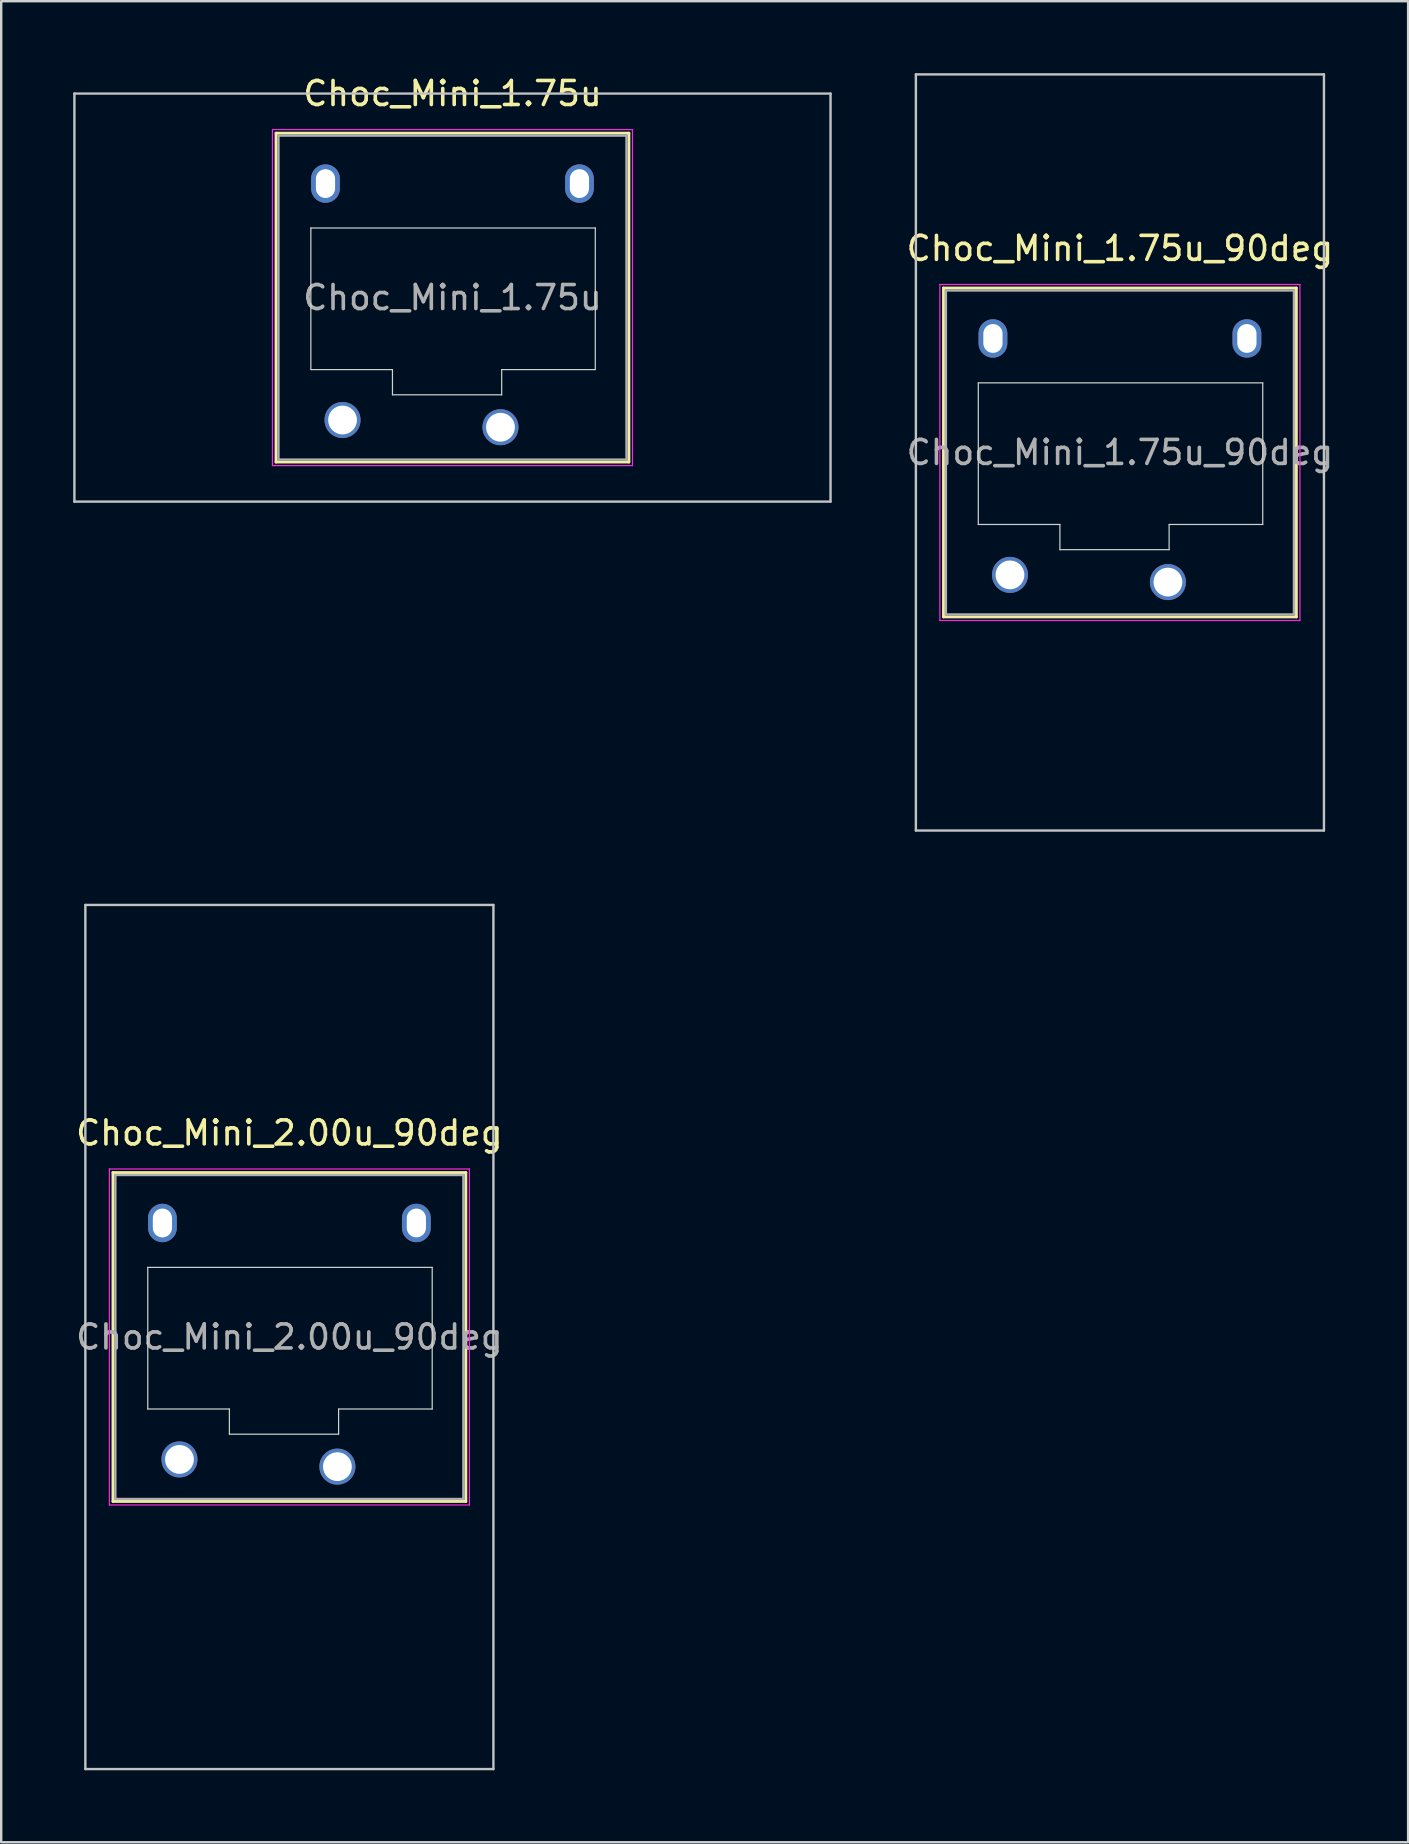
<source format=kicad_pcb>
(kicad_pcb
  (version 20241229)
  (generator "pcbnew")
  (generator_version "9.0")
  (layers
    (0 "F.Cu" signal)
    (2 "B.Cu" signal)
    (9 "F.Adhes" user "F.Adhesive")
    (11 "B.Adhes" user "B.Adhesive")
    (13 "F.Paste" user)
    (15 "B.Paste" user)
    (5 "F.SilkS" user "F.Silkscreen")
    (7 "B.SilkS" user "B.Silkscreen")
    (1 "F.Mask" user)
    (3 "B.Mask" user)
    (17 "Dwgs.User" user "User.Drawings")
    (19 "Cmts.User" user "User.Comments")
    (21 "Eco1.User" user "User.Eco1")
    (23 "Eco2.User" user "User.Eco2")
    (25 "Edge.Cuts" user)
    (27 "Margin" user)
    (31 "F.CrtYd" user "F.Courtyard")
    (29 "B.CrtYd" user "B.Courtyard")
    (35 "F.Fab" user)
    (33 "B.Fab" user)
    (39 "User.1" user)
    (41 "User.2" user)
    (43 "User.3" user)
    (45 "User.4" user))
  (footprint "Choc_Mini_1.75u_90deg"
    (layer "F.Cu")
    (at 43.606 15.8)
    (property "Reference" "Choc_Mini_1.75u_90deg" (at 0 -8.5 0) (layer "F.SilkS") (effects (font (size 1 1) (thickness 0.15))))
    (attr through_hole)
    (fp_line (start -7.35 -6.85) (end -7.35 6.85) (stroke (width 0.12) (type solid)) (layer "F.SilkS"))
    (fp_line (start -7.35 6.85) (end 7.35 6.85) (stroke (width 0.12) (type solid)) (layer "F.SilkS"))
    (fp_line (start 7.35 -6.85) (end -7.35 -6.85) (stroke (width 0.12) (type solid)) (layer "F.SilkS"))
    (fp_line (start 7.35 6.85) (end 7.35 -6.85) (stroke (width 0.12) (type solid)) (layer "F.SilkS"))
    (fp_line (start -8.5 -15.75) (end 8.5 -15.75) (stroke (width 0.1) (type solid)) (layer "Dwgs.User"))
    (fp_line (start -8.5 15.75) (end -8.5 -15.75) (stroke (width 0.1) (type solid)) (layer "Dwgs.User"))
    (fp_line (start 8.5 -15.75) (end 8.5 15.75) (stroke (width 0.1) (type solid)) (layer "Dwgs.User"))
    (fp_line (start 8.5 15.75) (end -8.5 15.75) (stroke (width 0.1) (type solid)) (layer "Dwgs.User"))
    (fp_line (start -6.85 -6.35) (end -6.85 6.35) (stroke (width 0.1) (type solid)) (layer "Eco1.User"))
    (fp_line (start -6.85 6.35) (end 6.85 6.35) (stroke (width 0.1) (type solid)) (layer "Eco1.User"))
    (fp_line (start 6.85 -6.35) (end -6.85 -6.35) (stroke (width 0.1) (type solid)) (layer "Eco1.User"))
    (fp_line (start 6.85 6.35) (end 6.85 -6.35) (stroke (width 0.1) (type solid)) (layer "Eco1.User"))
    (fp_line (start -5.9 -2.9) (end -5.9 3) (stroke (width 0.05) (type solid)) (layer "Edge.Cuts"))
    (fp_line (start -5.9 3) (end -2.5 3) (stroke (width 0.05) (type solid)) (layer "Edge.Cuts"))
    (fp_line (start -2.5 3) (end -2.5 4.05) (stroke (width 0.05) (type solid)) (layer "Edge.Cuts"))
    (fp_line (start -2.5 4.05) (end 2.05 4.05) (stroke (width 0.05) (type solid)) (layer "Edge.Cuts"))
    (fp_line (start 2.05 3) (end 5.95 3) (stroke (width 0.05) (type solid)) (layer "Edge.Cuts"))
    (fp_line (start 2.05 4.05) (end 2.05 3) (stroke (width 0.05) (type solid)) (layer "Edge.Cuts"))
    (fp_line (start 5.95 -2.9) (end -5.9 -2.9) (stroke (width 0.05) (type solid)) (layer "Edge.Cuts"))
    (fp_line (start 5.95 3) (end 5.95 -2.9) (stroke (width 0.05) (type solid)) (layer "Edge.Cuts"))
    (fp_line (start -7.5 -7) (end -7.5 7) (stroke (width 0.05) (type solid)) (layer "F.CrtYd"))
    (fp_line (start -7.5 7) (end 7.5 7) (stroke (width 0.05) (type solid)) (layer "F.CrtYd"))
    (fp_line (start 7.5 -7) (end -7.5 -7) (stroke (width 0.05) (type solid)) (layer "F.CrtYd"))
    (fp_line (start 7.5 7) (end 7.5 -7) (stroke (width 0.05) (type solid)) (layer "F.CrtYd"))
    (fp_line (start -7.25 -6.75) (end -7.25 6.75) (stroke (width 0.1) (type solid)) (layer "F.Fab"))
    (fp_line (start -7.25 6.75) (end 7.25 6.75) (stroke (width 0.1) (type solid)) (layer "F.Fab"))
    (fp_line (start 7.25 -6.75) (end -7.25 -6.75) (stroke (width 0.1) (type solid)) (layer "F.Fab"))
    (fp_line (start 7.25 6.75) (end 7.25 -6.75) (stroke (width 0.1) (type solid)) (layer "F.Fab"))
    (fp_text user "${REFERENCE}" (at 0 0 0) (layer "F.Fab") (effects (font (size 1 1) (thickness 0.15))))
    (pad "" np_thru_hole oval (at -5.29 -4.75) (size 1.2 1.6) (drill oval 0.8 1.2) (layers "*.Cu" "*.Mask"))
    (pad "" np_thru_hole oval (at 5.29 -4.75) (size 1.2 1.6) (drill oval 0.8 1.2) (layers "*.Cu" "*.Mask"))
    (pad "1" thru_hole circle (at 2 5.4) (size 1.5 1.5) (drill 1.2) (layers "*.Cu" "*.Mask"))
    (pad "2" thru_hole circle (at -4.58 5.1) (size 1.5 1.5) (drill 1.2) (layers "*.Cu" "*.Mask")))
  (footprint "Choc_Mini_2.00u_90deg"
    (layer "F.Cu")
    (at 9.006 52.65)
    (property "Reference" "Choc_Mini_2.00u_90deg" (at 0 -8.5 0) (layer "F.SilkS") (effects (font (size 1 1) (thickness 0.15))))
    (attr through_hole)
    (fp_line (start -7.35 -6.85) (end -7.35 6.85) (stroke (width 0.12) (type solid)) (layer "F.SilkS"))
    (fp_line (start -7.35 6.85) (end 7.35 6.85) (stroke (width 0.12) (type solid)) (layer "F.SilkS"))
    (fp_line (start 7.35 -6.85) (end -7.35 -6.85) (stroke (width 0.12) (type solid)) (layer "F.SilkS"))
    (fp_line (start 7.35 6.85) (end 7.35 -6.85) (stroke (width 0.12) (type solid)) (layer "F.SilkS"))
    (fp_line (start -8.5 -18) (end 8.5 -18) (stroke (width 0.1) (type solid)) (layer "Dwgs.User"))
    (fp_line (start -8.5 18) (end -8.5 -18) (stroke (width 0.1) (type solid)) (layer "Dwgs.User"))
    (fp_line (start 8.5 -18) (end 8.5 18) (stroke (width 0.1) (type solid)) (layer "Dwgs.User"))
    (fp_line (start 8.5 18) (end -8.5 18) (stroke (width 0.1) (type solid)) (layer "Dwgs.User"))
    (fp_line (start -6.85 -6.35) (end -6.85 6.35) (stroke (width 0.1) (type solid)) (layer "Eco1.User"))
    (fp_line (start -6.85 6.35) (end 6.85 6.35) (stroke (width 0.1) (type solid)) (layer "Eco1.User"))
    (fp_line (start 6.85 -6.35) (end -6.85 -6.35) (stroke (width 0.1) (type solid)) (layer "Eco1.User"))
    (fp_line (start 6.85 6.35) (end 6.85 -6.35) (stroke (width 0.1) (type solid)) (layer "Eco1.User"))
    (fp_line (start -5.9 -2.9) (end -5.9 3) (stroke (width 0.05) (type solid)) (layer "Edge.Cuts"))
    (fp_line (start -5.9 3) (end -2.5 3) (stroke (width 0.05) (type solid)) (layer "Edge.Cuts"))
    (fp_line (start -2.5 3) (end -2.5 4.05) (stroke (width 0.05) (type solid)) (layer "Edge.Cuts"))
    (fp_line (start -2.5 4.05) (end 2.05 4.05) (stroke (width 0.05) (type solid)) (layer "Edge.Cuts"))
    (fp_line (start 2.05 3) (end 5.95 3) (stroke (width 0.05) (type solid)) (layer "Edge.Cuts"))
    (fp_line (start 2.05 4.05) (end 2.05 3) (stroke (width 0.05) (type solid)) (layer "Edge.Cuts"))
    (fp_line (start 5.95 -2.9) (end -5.9 -2.9) (stroke (width 0.05) (type solid)) (layer "Edge.Cuts"))
    (fp_line (start 5.95 3) (end 5.95 -2.9) (stroke (width 0.05) (type solid)) (layer "Edge.Cuts"))
    (fp_line (start -7.5 -7) (end -7.5 7) (stroke (width 0.05) (type solid)) (layer "F.CrtYd"))
    (fp_line (start -7.5 7) (end 7.5 7) (stroke (width 0.05) (type solid)) (layer "F.CrtYd"))
    (fp_line (start 7.5 -7) (end -7.5 -7) (stroke (width 0.05) (type solid)) (layer "F.CrtYd"))
    (fp_line (start 7.5 7) (end 7.5 -7) (stroke (width 0.05) (type solid)) (layer "F.CrtYd"))
    (fp_line (start -7.25 -6.75) (end -7.25 6.75) (stroke (width 0.1) (type solid)) (layer "F.Fab"))
    (fp_line (start -7.25 6.75) (end 7.25 6.75) (stroke (width 0.1) (type solid)) (layer "F.Fab"))
    (fp_line (start 7.25 -6.75) (end -7.25 -6.75) (stroke (width 0.1) (type solid)) (layer "F.Fab"))
    (fp_line (start 7.25 6.75) (end 7.25 -6.75) (stroke (width 0.1) (type solid)) (layer "F.Fab"))
    (fp_text user "${REFERENCE}" (at 0 0 0) (layer "F.Fab") (effects (font (size 1 1) (thickness 0.15))))
    (pad "" np_thru_hole oval (at -5.29 -4.75) (size 1.2 1.6) (drill oval 0.8 1.2) (layers "*.Cu" "*.Mask"))
    (pad "" np_thru_hole oval (at 5.29 -4.75) (size 1.2 1.6) (drill oval 0.8 1.2) (layers "*.Cu" "*.Mask"))
    (pad "1" thru_hole circle (at 2 5.4) (size 1.5 1.5) (drill 1.2) (layers "*.Cu" "*.Mask"))
    (pad "2" thru_hole circle (at -4.58 5.1) (size 1.5 1.5) (drill 1.2) (layers "*.Cu" "*.Mask")))
  (footprint "Choc_Mini_1.75u"
    (layer "F.Cu")
    (at 15.8 9.348)
    (property "Reference" "Choc_Mini_1.75u" (at 0 -8.5 0) (layer "F.SilkS") (effects (font (size 1 1) (thickness 0.15))))
    (attr through_hole)
    (fp_line (start -7.35 -6.85) (end -7.35 6.85) (stroke (width 0.12) (type solid)) (layer "F.SilkS"))
    (fp_line (start -7.35 6.85) (end 7.35 6.85) (stroke (width 0.12) (type solid)) (layer "F.SilkS"))
    (fp_line (start 7.35 -6.85) (end -7.35 -6.85) (stroke (width 0.12) (type solid)) (layer "F.SilkS"))
    (fp_line (start 7.35 6.85) (end 7.35 -6.85) (stroke (width 0.12) (type solid)) (layer "F.SilkS"))
    (fp_line (start -15.75 -8.5) (end -15.75 8.5) (stroke (width 0.1) (type solid)) (layer "Dwgs.User"))
    (fp_line (start -15.75 8.5) (end 15.75 8.5) (stroke (width 0.1) (type solid)) (layer "Dwgs.User"))
    (fp_line (start 15.75 -8.5) (end -15.75 -8.5) (stroke (width 0.1) (type solid)) (layer "Dwgs.User"))
    (fp_line (start 15.75 8.5) (end 15.75 -8.5) (stroke (width 0.1) (type solid)) (layer "Dwgs.User"))
    (fp_line (start -6.85 -6.35) (end -6.85 6.35) (stroke (width 0.1) (type solid)) (layer "Eco1.User"))
    (fp_line (start -6.85 6.35) (end 6.85 6.35) (stroke (width 0.1) (type solid)) (layer "Eco1.User"))
    (fp_line (start 6.85 -6.35) (end -6.85 -6.35) (stroke (width 0.1) (type solid)) (layer "Eco1.User"))
    (fp_line (start 6.85 6.35) (end 6.85 -6.35) (stroke (width 0.1) (type solid)) (layer "Eco1.User"))
    (fp_line (start -5.9 -2.9) (end -5.9 3) (stroke (width 0.05) (type solid)) (layer "Edge.Cuts"))
    (fp_line (start -5.9 3) (end -2.5 3) (stroke (width 0.05) (type solid)) (layer "Edge.Cuts"))
    (fp_line (start -2.5 3) (end -2.5 4.05) (stroke (width 0.05) (type solid)) (layer "Edge.Cuts"))
    (fp_line (start -2.5 4.05) (end 2.05 4.05) (stroke (width 0.05) (type solid)) (layer "Edge.Cuts"))
    (fp_line (start 2.05 3) (end 5.95 3) (stroke (width 0.05) (type solid)) (layer "Edge.Cuts"))
    (fp_line (start 2.05 4.05) (end 2.05 3) (stroke (width 0.05) (type solid)) (layer "Edge.Cuts"))
    (fp_line (start 5.95 -2.9) (end -5.9 -2.9) (stroke (width 0.05) (type solid)) (layer "Edge.Cuts"))
    (fp_line (start 5.95 3) (end 5.95 -2.9) (stroke (width 0.05) (type solid)) (layer "Edge.Cuts"))
    (fp_line (start -7.5 -7) (end -7.5 7) (stroke (width 0.05) (type solid)) (layer "F.CrtYd"))
    (fp_line (start -7.5 7) (end 7.5 7) (stroke (width 0.05) (type solid)) (layer "F.CrtYd"))
    (fp_line (start 7.5 -7) (end -7.5 -7) (stroke (width 0.05) (type solid)) (layer "F.CrtYd"))
    (fp_line (start 7.5 7) (end 7.5 -7) (stroke (width 0.05) (type solid)) (layer "F.CrtYd"))
    (fp_line (start -7.25 -6.75) (end -7.25 6.75) (stroke (width 0.1) (type solid)) (layer "F.Fab"))
    (fp_line (start -7.25 6.75) (end 7.25 6.75) (stroke (width 0.1) (type solid)) (layer "F.Fab"))
    (fp_line (start 7.25 -6.75) (end -7.25 -6.75) (stroke (width 0.1) (type solid)) (layer "F.Fab"))
    (fp_line (start 7.25 6.75) (end 7.25 -6.75) (stroke (width 0.1) (type solid)) (layer "F.Fab"))
    (fp_text user "${REFERENCE}" (at 0 0 0) (layer "F.Fab") (effects (font (size 1 1) (thickness 0.15))))
    (pad "" np_thru_hole oval (at -5.29 -4.75) (size 1.2 1.6) (drill oval 0.8 1.2) (layers "*.Cu" "*.Mask"))
    (pad "" np_thru_hole oval (at 5.29 -4.75) (size 1.2 1.6) (drill oval 0.8 1.2) (layers "*.Cu" "*.Mask"))
    (pad "1" thru_hole circle (at 2 5.4) (size 1.5 1.5) (drill 1.2) (layers "*.Cu" "*.Mask"))
    (pad "2" thru_hole circle (at -4.58 5.1) (size 1.5 1.5) (drill 1.2) (layers "*.Cu" "*.Mask")))
  (gr_rect
    (start -3 -3)
    (end 55.612 73.7)
    (stroke (width 0.1) (type default))
    (fill no)
    (layer "Edge.Cuts")))
</source>
